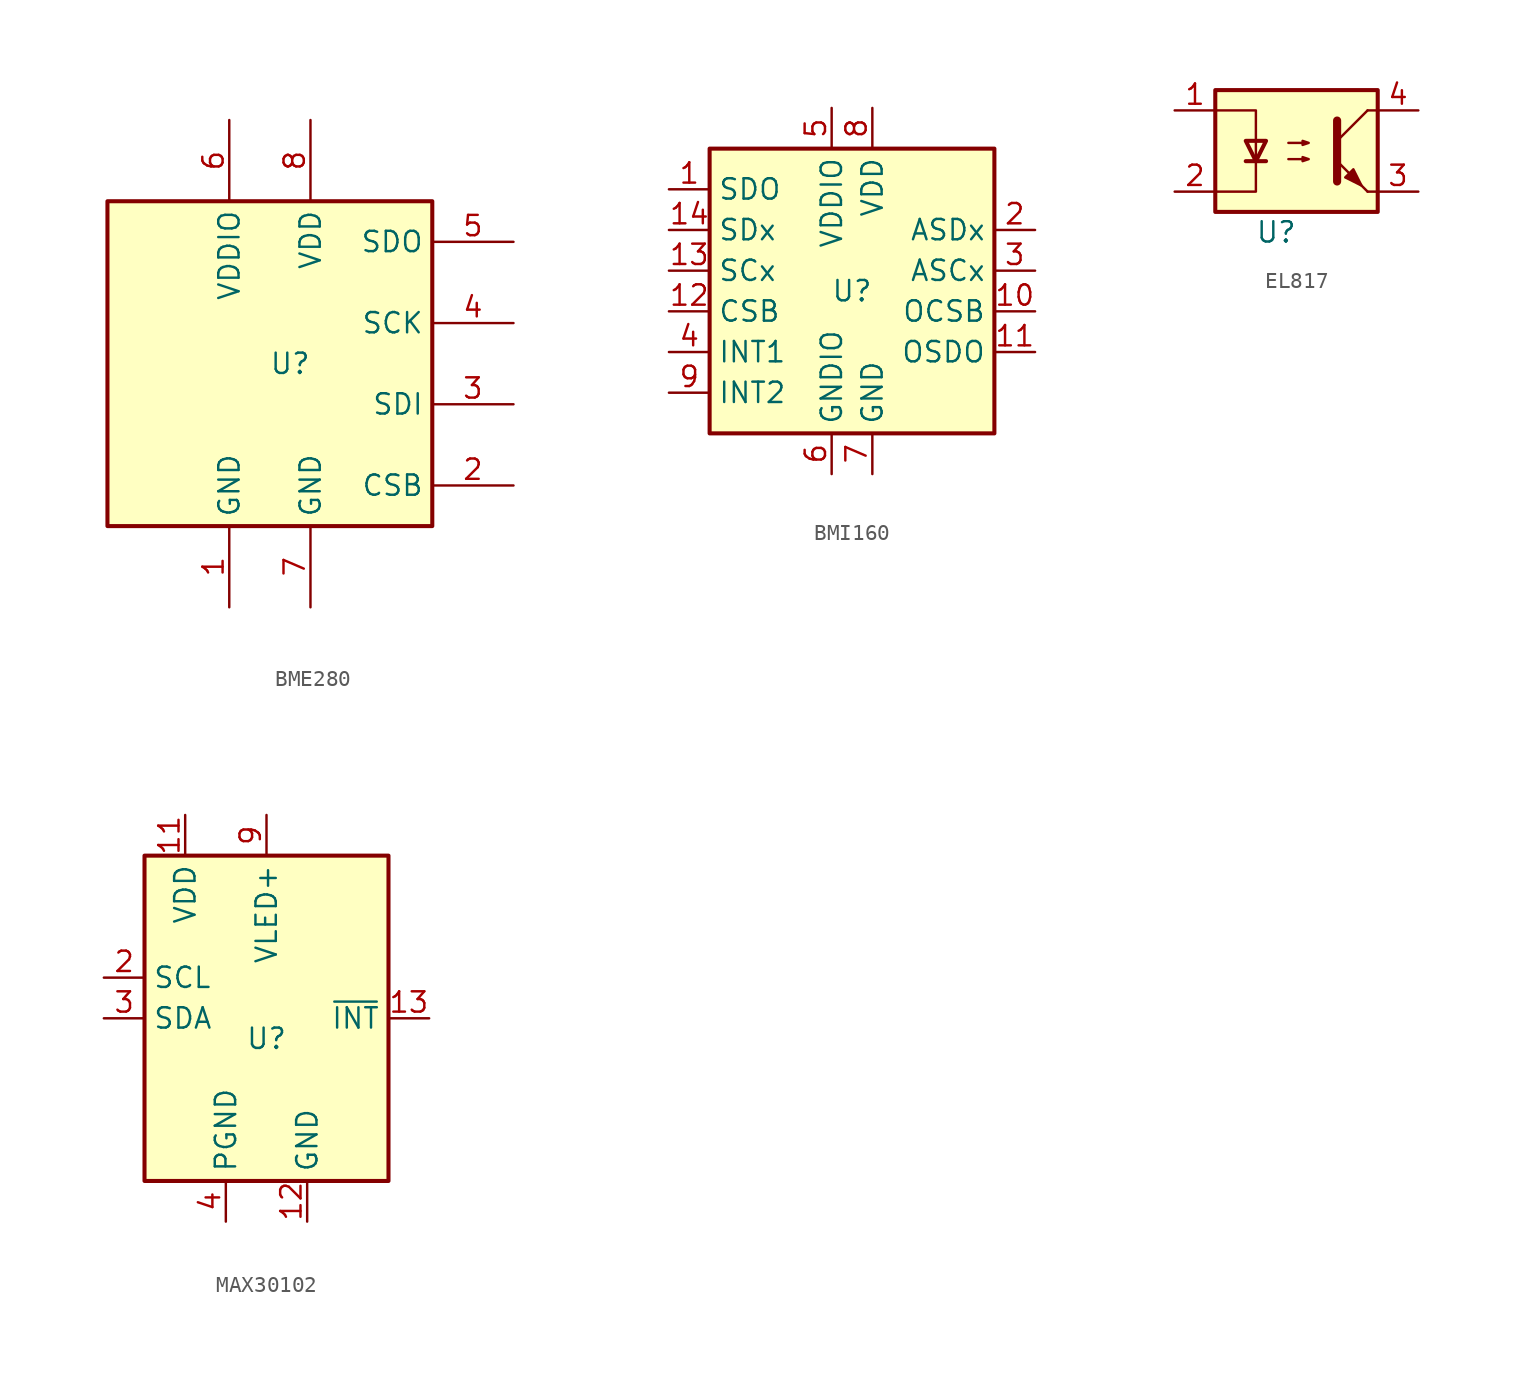
<source format=kicad_sym>
(kicad_symbol_lib
  (version 20241209)
  (generator "kicad_symbol_editor")
  (generator_version "9.0")
  (symbol "BME280"
    (property "Reference" "U"
      (at 0 0 0)
      (effects (font (size 1.27 1.27))))
    (property "Value" ""
      (at 0 0 0)
      (effects (font (size 1.27 1.27))))
    (symbol "BME280_0_1"
      (rectangle (start -11.43 10.16) (end 8.89 -10.16) (stroke (width 0.254) (type default)) (fill (type background))))
    (symbol "BME280_1_1"
      (pin power_in line (at -3.81 15.24 270) (length 5.08) (name "VDDIO" (effects (font (size 1.27 1.27)))) (number "6" (effects (font (size 1.27 1.27)))))
      (pin power_in line (at -3.81 -15.24 90) (length 5.08) (name "GND" (effects (font (size 1.27 1.27)))) (number "1" (effects (font (size 1.27 1.27)))))
      (pin power_in line (at 1.27 15.24 270) (length 5.08) (name "VDD" (effects (font (size 1.27 1.27)))) (number "8" (effects (font (size 1.27 1.27)))))
      (pin power_in line (at 1.27 -15.24 90) (length 5.08) (name "GND" (effects (font (size 1.27 1.27)))) (number "7" (effects (font (size 1.27 1.27)))))
      (pin bidirectional line (at 13.97 7.62 180) (length 5.08) (name "SDO" (effects (font (size 1.27 1.27)))) (number "5" (effects (font (size 1.27 1.27)))))
      (pin input line (at 13.97 2.54 180) (length 5.08) (name "SCK" (effects (font (size 1.27 1.27)))) (number "4" (effects (font (size 1.27 1.27)))))
      (pin bidirectional line (at 13.97 -2.54 180) (length 5.08) (name "SDI" (effects (font (size 1.27 1.27)))) (number "3" (effects (font (size 1.27 1.27)))))
      (pin input line (at 13.97 -7.62 180) (length 5.08) (name "CSB" (effects (font (size 1.27 1.27)))) (number "2" (effects (font (size 1.27 1.27)))))))
  (symbol "BMI160"
    (property "Reference" "U"
      (at 0 0 0)
      (effects (font (size 1.27 1.27))))
    (property "Value" ""
      (at 0 0 0)
      (effects (font (size 1.27 1.27))))
    (symbol "BMI160_1_1"
      (rectangle (start -8.89 8.89) (end 8.89 -8.89) (stroke (width 0.254) (type default)) (fill (type background)))
      (pin bidirectional line (at -11.43 6.35 0) (length 2.54) (name "SDO" (effects (font (size 1.27 1.27)))) (number "1" (effects (font (size 1.27 1.27)))))
      (pin bidirectional line (at -11.43 3.81 0) (length 2.54) (name "SDx" (effects (font (size 1.27 1.27)))) (number "14" (effects (font (size 1.27 1.27)))))
      (pin input line (at -11.43 1.27 0) (length 2.54) (name "SCx" (effects (font (size 1.27 1.27)))) (number "13" (effects (font (size 1.27 1.27)))))
      (pin input line (at -11.43 -1.27 0) (length 2.54) (name "CSB" (effects (font (size 1.27 1.27)))) (number "12" (effects (font (size 1.27 1.27)))))
      (pin bidirectional line (at -11.43 -3.81 0) (length 2.54) (name "INT1" (effects (font (size 1.27 1.27)))) (number "4" (effects (font (size 1.27 1.27)))))
      (pin bidirectional line (at -11.43 -6.35 0) (length 2.54) (name "INT2" (effects (font (size 1.27 1.27)))) (number "9" (effects (font (size 1.27 1.27)))))
      (pin power_in line (at -1.27 11.43 270) (length 2.54) (name "VDDIO" (effects (font (size 1.27 1.27)))) (number "5" (effects (font (size 1.27 1.27)))))
      (pin power_in line (at -1.27 -11.43 90) (length 2.54) (name "GNDIO" (effects (font (size 1.27 1.27)))) (number "6" (effects (font (size 1.27 1.27)))))
      (pin power_in line (at 1.27 11.43 270) (length 2.54) (name "VDD" (effects (font (size 1.27 1.27)))) (number "8" (effects (font (size 1.27 1.27)))))
      (pin power_in line (at 1.27 -11.43 90) (length 2.54) (name "GND" (effects (font (size 1.27 1.27)))) (number "7" (effects (font (size 1.27 1.27)))))
      (pin bidirectional line (at 11.43 3.81 180) (length 2.54) (name "ASDx" (effects (font (size 1.27 1.27)))) (number "2" (effects (font (size 1.27 1.27)))))
      (pin output line (at 11.43 1.27 180) (length 2.54) (name "ASCx" (effects (font (size 1.27 1.27)))) (number "3" (effects (font (size 1.27 1.27)))))
      (pin bidirectional line (at 11.43 -1.27 180) (length 2.54) (name "OCSB" (effects (font (size 1.27 1.27)))) (number "10" (effects (font (size 1.27 1.27)))))
      (pin bidirectional line (at 11.43 -3.81 180) (length 2.54) (name "OSDO" (effects (font (size 1.27 1.27)))) (number "11" (effects (font (size 1.27 1.27)))))))
  (symbol "EL817"
    (property "Reference" "U"
      (at 0 0 0)
      (effects (font (size 1.27 1.27))))
    (property "Value" ""
      (at 0 0 0)
      (effects (font (size 1.27 1.27))))
    (symbol "EL817_0_1"
      (rectangle (start -3.81 8.89) (end 6.35 1.27) (stroke (width 0.254) (type default)) (fill (type background)))
      (polyline (pts (xy -3.81 7.62) (xy -1.27 7.62) (xy -1.27 4.445)) (stroke (width 0) (type default)) (fill (type none)))
      (polyline (pts (xy -1.905 4.445) (xy -0.635 4.445)) (stroke (width 0.254) (type default)) (fill (type none)))
      (polyline (pts (xy -1.27 4.445) (xy -1.27 2.54) (xy -3.81 2.54)) (stroke (width 0) (type default)) (fill (type none)))
      (polyline (pts (xy -1.27 4.445) (xy -1.905 5.715) (xy -0.635 5.715) (xy -1.27 4.445)) (stroke (width 0.254) (type default)) (fill (type none)))
      (polyline (pts (xy 0.762 5.588) (xy 2.032 5.588) (xy 1.651 5.461) (xy 1.651 5.715) (xy 2.032 5.588)) (stroke (width 0) (type default)) (fill (type none)))
      (polyline (pts (xy 0.762 4.572) (xy 2.032 4.572) (xy 1.651 4.445) (xy 1.651 4.699) (xy 2.032 4.572)) (stroke (width 0) (type default)) (fill (type none)))
      (polyline (pts (xy 3.81 6.985) (xy 3.81 3.175) (xy 3.81 3.175)) (stroke (width 0.508) (type default)) (fill (type none)))
      (polyline (pts (xy 3.81 5.715) (xy 5.715 7.62)) (stroke (width 0) (type default)) (fill (type none)))
      (polyline (pts (xy 4.318 3.429) (xy 4.826 3.937) (xy 5.334 2.921) (xy 4.318 3.429) (xy 4.318 3.429)) (stroke (width 0) (type default)) (fill (type outline)))
      (polyline (pts (xy 5.715 7.62) (xy 6.35 7.62)) (stroke (width 0) (type default)) (fill (type none)))
      (polyline (pts (xy 5.715 2.54) (xy 3.81 4.445)) (stroke (width 0) (type default)) (fill (type outline)))
      (polyline (pts (xy 5.715 2.54) (xy 6.35 2.54)) (stroke (width 0) (type default)) (fill (type none))))
    (symbol "EL817_1_1"
      (pin passive line (at -6.35 7.62 0) (length 2.54) (name "~" (effects (font (size 1.27 1.27)))) (number "1" (effects (font (size 1.27 1.27)))))
      (pin passive line (at -6.35 2.54 0) (length 2.54) (name "~" (effects (font (size 1.27 1.27)))) (number "2" (effects (font (size 1.27 1.27)))))
      (pin passive line (at 8.89 7.62 180) (length 2.54) (name "~" (effects (font (size 1.27 1.27)))) (number "4" (effects (font (size 1.27 1.27)))))
      (pin passive line (at 8.89 2.54 180) (length 2.54) (name "~" (effects (font (size 1.27 1.27)))) (number "3" (effects (font (size 1.27 1.27)))))))
  (symbol "MAX30102"
    (property "Reference" "U"
      (at 0 0 0)
      (effects (font (size 1.27 1.27))))
    (property "Value" ""
      (at 0 0 0)
      (effects (font (size 1.27 1.27))))
    (symbol "MAX30102_0_1"
      (rectangle (start -7.62 11.43) (end 7.62 -8.89) (stroke (width 0.254) (type default)) (fill (type background))))
    (symbol "MAX30102_1_1"
      (pin input line (at -10.16 3.81 0) (length 2.54) (name "SCL" (effects (font (size 1.27 1.27)))) (number "2" (effects (font (size 1.27 1.27)))))
      (pin bidirectional line (at -10.16 1.27 0) (length 2.54) (name "SDA" (effects (font (size 1.27 1.27)))) (number "3" (effects (font (size 1.27 1.27)))))
      (pin no_connect line (at -7.62 6.35 0) (length 2.54) (hide yes) (name "NC" (effects (font (size 1.27 1.27)))) (number "1" (effects (font (size 1.27 1.27)))))
      (pin no_connect line (at -7.62 -1.27 0) (length 2.54) (hide yes) (name "NC" (effects (font (size 1.27 1.27)))) (number "7" (effects (font (size 1.27 1.27)))))
      (pin power_in line (at -5.08 13.97 270) (length 2.54) (name "VDD" (effects (font (size 1.27 1.27)))) (number "11" (effects (font (size 1.27 1.27)))))
      (pin power_in line (at -2.54 -11.43 90) (length 2.54) (name "PGND" (effects (font (size 1.27 1.27)))) (number "4" (effects (font (size 1.27 1.27)))))
      (pin passive line (at 0 13.97 270) (length 2.54) (hide yes) (name "VLED+" (effects (font (size 1.27 1.27)))) (number "10" (effects (font (size 1.27 1.27)))))
      (pin power_in line (at 0 13.97 270) (length 2.54) (name "VLED+" (effects (font (size 1.27 1.27)))) (number "9" (effects (font (size 1.27 1.27)))))
      (pin power_in line (at 2.54 -11.43 90) (length 2.54) (name "GND" (effects (font (size 1.27 1.27)))) (number "12" (effects (font (size 1.27 1.27)))))
      (pin no_connect line (at 7.62 6.35 180) (length 2.54) (hide yes) (name "NC" (effects (font (size 1.27 1.27)))) (number "8" (effects (font (size 1.27 1.27)))))
      (pin no_connect line (at 7.62 3.81 180) (length 2.54) (hide yes) (name "NC" (effects (font (size 1.27 1.27)))) (number "14" (effects (font (size 1.27 1.27)))))
      (pin no_connect line (at 7.62 -3.81 180) (length 2.54) (hide yes) (name "NC" (effects (font (size 1.27 1.27)))) (number "6" (effects (font (size 1.27 1.27)))))
      (pin no_connect line (at 7.62 -6.35 180) (length 2.54) (hide yes) (name "NC" (effects (font (size 1.27 1.27)))) (number "5" (effects (font (size 1.27 1.27)))))
      (pin output line (at 10.16 1.27 180) (length 2.54) (name "~{INT}" (effects (font (size 1.27 1.27)))) (number "13" (effects (font (size 1.27 1.27))))))))
</source>
